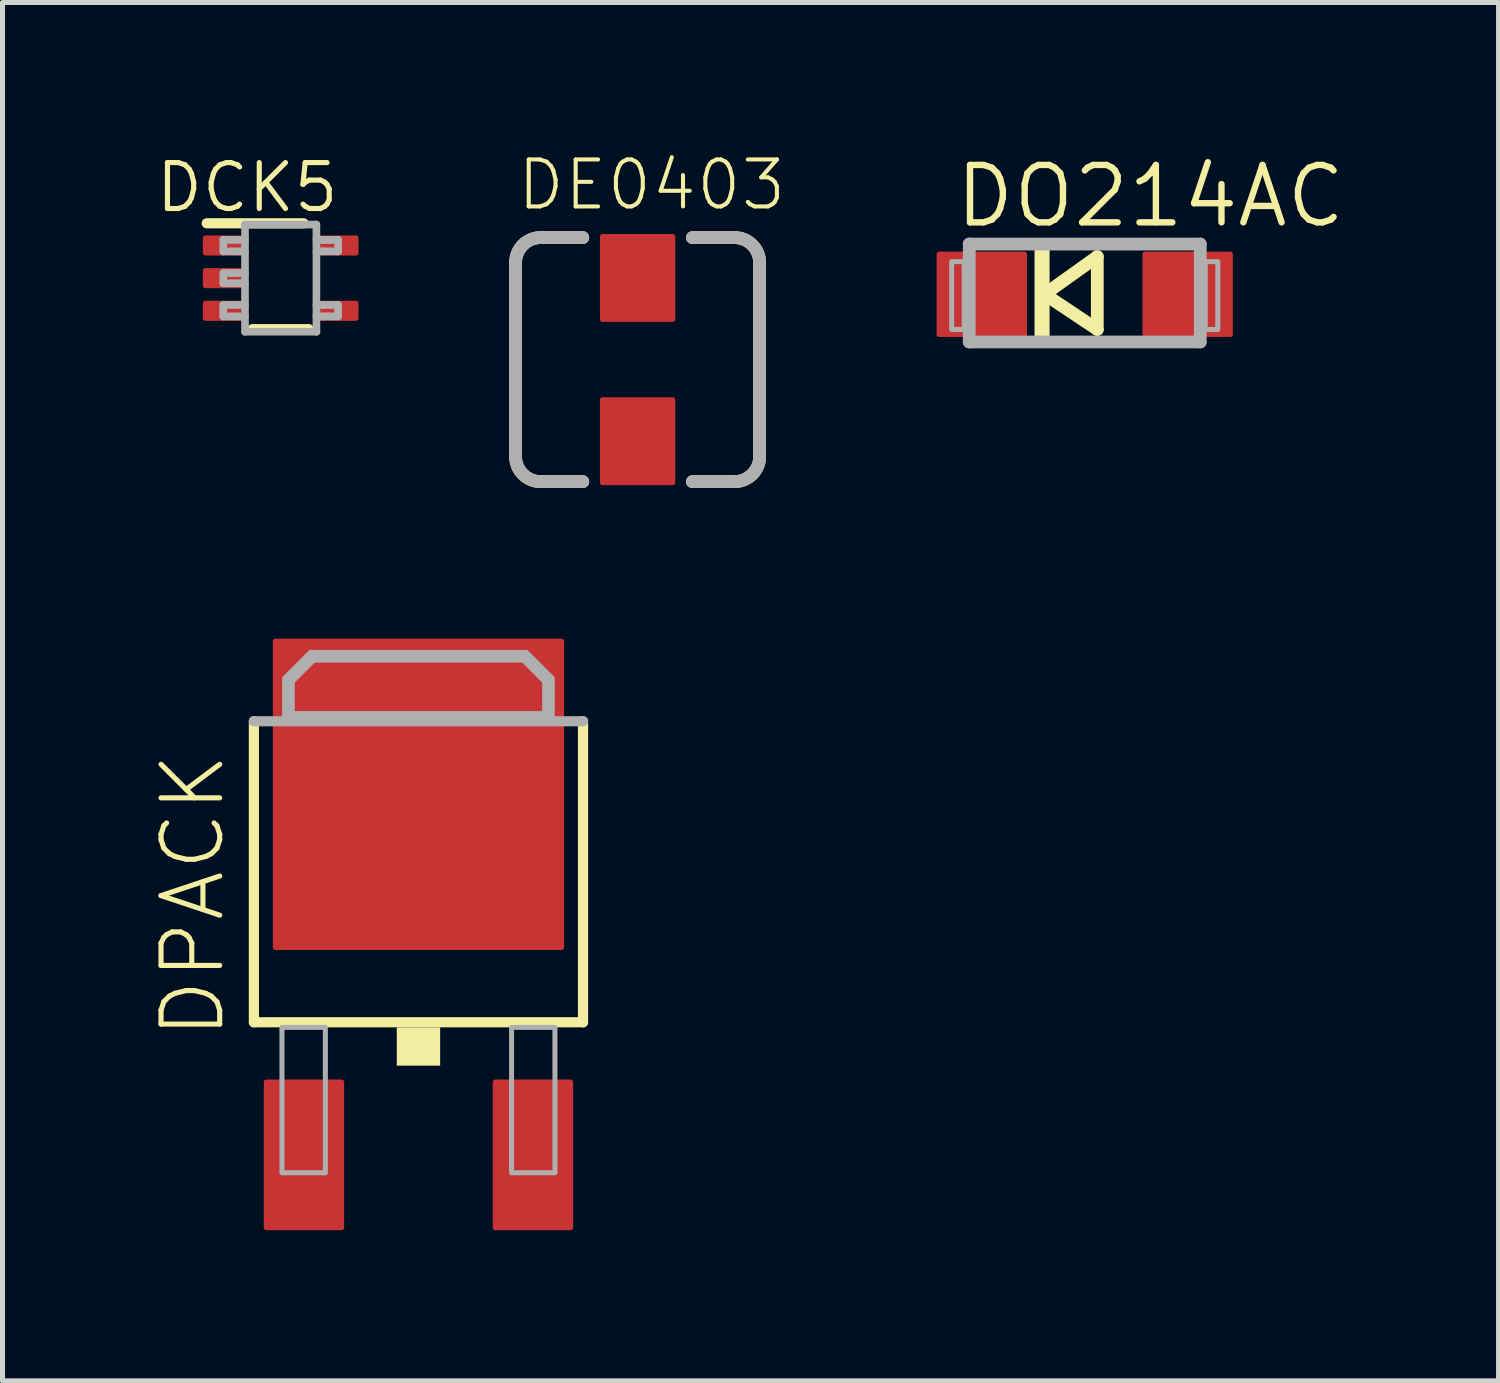
<source format=kicad_pcb>
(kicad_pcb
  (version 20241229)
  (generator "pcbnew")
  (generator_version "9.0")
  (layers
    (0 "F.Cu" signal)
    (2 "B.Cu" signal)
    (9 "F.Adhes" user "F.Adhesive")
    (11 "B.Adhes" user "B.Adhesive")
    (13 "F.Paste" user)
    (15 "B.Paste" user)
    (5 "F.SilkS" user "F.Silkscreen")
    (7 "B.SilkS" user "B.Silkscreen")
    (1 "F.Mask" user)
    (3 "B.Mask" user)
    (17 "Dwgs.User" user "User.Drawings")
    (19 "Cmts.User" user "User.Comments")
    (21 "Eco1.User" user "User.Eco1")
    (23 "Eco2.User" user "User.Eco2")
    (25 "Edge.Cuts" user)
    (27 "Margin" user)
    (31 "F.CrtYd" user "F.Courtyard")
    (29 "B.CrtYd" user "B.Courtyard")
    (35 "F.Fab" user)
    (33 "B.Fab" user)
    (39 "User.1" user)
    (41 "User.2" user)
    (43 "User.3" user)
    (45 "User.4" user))
  (footprint "DPACK"
    (layer "F.Cu")
    (at 5.283 15.148)
    (property "Reference" "DPACK" (at -3.81 2.54 90) (layer "F.SilkS") (effects (font (size 1.168 1.168) (thickness 0.102)) (justify left bottom)))
    (fp_line (start -3.277 2.159) (end -3.277 -3.835) (stroke (width 0.203) (type solid)) (layer "F.SilkS"))
    (fp_line (start 3.277 -3.835) (end 3.277 2.159) (stroke (width 0.203) (type solid)) (layer "F.SilkS"))
    (fp_line (start 3.277 2.159) (end -3.277 2.159) (stroke (width 0.203) (type solid)) (layer "F.SilkS"))
    (fp_poly (pts (xy -0.432 3.023) (xy 0.432 3.023) (xy 0.432 2.261) (xy -0.432 2.261)) (stroke (width 0) (type default)) (fill yes) (layer "F.SilkS"))
    (fp_line (start -3.277 -3.835) (end 3.277 -3.835) (stroke (width 0.203) (type solid)) (layer "F.Fab"))
    (fp_line (start -2.565 -4.648) (end -2.108 -5.105) (stroke (width 0.203) (type solid)) (layer "F.Fab"))
    (fp_line (start -2.565 -3.937) (end -2.565 -4.648) (stroke (width 0.203) (type solid)) (layer "F.Fab"))
    (fp_line (start -2.108 -5.105) (end 2.108 -5.105) (stroke (width 0.203) (type solid)) (layer "F.Fab"))
    (fp_line (start 2.108 -5.105) (end 2.565 -4.648) (stroke (width 0.203) (type solid)) (layer "F.Fab"))
    (fp_line (start 2.565 -4.648) (end 2.565 -3.937) (stroke (width 0.203) (type solid)) (layer "F.Fab"))
    (fp_line (start 2.565 -3.937) (end -2.565 -3.937) (stroke (width 0.203) (type solid)) (layer "F.Fab"))
    (fp_poly (pts (xy -2.718 5.156) (xy -1.854 5.156) (xy -1.854 2.261) (xy -2.718 2.261)) (stroke (width 0.1) (type default)) (fill no) (layer "F.Fab"))
    (fp_poly (pts (xy 1.854 5.156) (xy 2.718 5.156) (xy 2.718 2.261) (xy 1.854 2.261)) (stroke (width 0.1) (type default)) (fill no) (layer "F.Fab"))
    (fp_poly (pts (xy 2.665 -4.69) (xy 2.665 -3.837) (xy -2.665 -3.837) (xy -2.665 -4.69) (xy -2.15 -5.205) (xy 2.15 -5.205)) (stroke (width 0.1) (type default)) (fill no) (layer "F.Fab"))
    (pad "1" smd roundrect (at -2.28 4.8) (size 1.6 3) (layers "F.Cu" "F.Mask" "F.Paste") (roundrect_rratio 0.032))
    (pad "3" smd roundrect (at 2.28 4.8) (size 1.6 3) (layers "F.Cu" "F.Mask" "F.Paste") (roundrect_rratio 0.032))
    (pad "4" smd roundrect (at 0 -2.38) (size 5.8 6.2) (layers "F.Cu" "F.Mask" "F.Paste") (roundrect_rratio 0.009)))
  (footprint "DO214AC"
    (layer "F.Cu")
    (at 18.551 2.81)
    (property "Reference" "DO214AC" (at -2.64 -1.286 0) (layer "F.SilkS") (effects (font (size 1.143 1.143) (thickness 0.127)) (justify left bottom)))
    (fp_line (start -0.8 0) (end 0.25 -0.75) (stroke (width 0.254) (type solid)) (layer "F.SilkS"))
    (fp_line (start 0.25 -0.75) (end 0.25 0.7) (stroke (width 0.254) (type solid)) (layer "F.SilkS"))
    (fp_line (start 0.25 0.7) (end -0.8 0) (stroke (width 0.254) (type solid)) (layer "F.SilkS"))
    (fp_poly (pts (xy -1 1.05) (xy -0.7 1.05) (xy -0.7 -1.05) (xy -1 -1.05)) (stroke (width 0) (type default)) (fill yes) (layer "F.SilkS"))
    (fp_line (start -2.3 -1) (end 2.3 -1) (stroke (width 0.254) (type solid)) (layer "F.Fab"))
    (fp_line (start -2.3 0.95) (end -2.3 -1) (stroke (width 0.254) (type solid)) (layer "F.Fab"))
    (fp_line (start 2.3 -1) (end 2.3 0.95) (stroke (width 0.254) (type solid)) (layer "F.Fab"))
    (fp_line (start 2.3 0.95) (end -2.3 0.95) (stroke (width 0.254) (type solid)) (layer "F.Fab"))
    (fp_poly (pts (xy -2.65 0.7) (xy -2.4 0.7) (xy -2.4 -0.65) (xy -2.65 -0.65)) (stroke (width 0.1) (type default)) (fill no) (layer "F.Fab"))
    (fp_poly (pts (xy 2.4 0.7) (xy 2.65 0.7) (xy 2.65 -0.65) (xy 2.4 -0.65)) (stroke (width 0.1) (type default)) (fill no) (layer "F.Fab"))
    (pad "A" smd roundrect (at 2.05 0) (size 1.8 1.7) (layers "F.Cu" "F.Mask" "F.Paste") (roundrect_rratio 0.03))
    (pad "C" smd roundrect (at -2.05 0) (size 1.8 1.7) (layers "F.Cu" "F.Mask" "F.Paste") (roundrect_rratio 0.03)))
  (footprint "DE0403"
    (layer "F.Cu")
    (at 9.647 4.111)
    (property "Reference" "DE0403" (at -2.444 -2.932 0) (layer "F.SilkS") (effects (font (size 0.935 0.935) (thickness 0.081)) (justify left bottom)))
    (fp_line (start -2.43 1.93) (end -2.43 -1.93) (stroke (width 0.254) (type solid)) (layer "F.SilkS"))
    (fp_line (start -1.092 -2.43) (end -1.93 -2.43) (stroke (width 0.254) (type solid)) (layer "F.SilkS"))
    (fp_line (start -1.092 2.43) (end -1.93 2.43) (stroke (width 0.254) (type solid)) (layer "F.SilkS"))
    (fp_line (start 1.092 -2.43) (end 1.93 -2.43) (stroke (width 0.254) (type solid)) (layer "F.SilkS"))
    (fp_line (start 1.092 2.43) (end 1.93 2.43) (stroke (width 0.254) (type solid)) (layer "F.SilkS"))
    (fp_line (start 2.43 -1.93) (end 2.43 1.93) (stroke (width 0.254) (type solid)) (layer "F.SilkS"))
    (fp_arc (start -2.43 -1.93) (mid -2.283553 -2.283553) (end -1.93 -2.43) (stroke (width 0.254) (type solid)) (layer "F.SilkS"))
    (fp_arc (start -1.93 2.43) (mid -2.283553 2.283553) (end -2.43 1.93) (stroke (width 0.254) (type solid)) (layer "F.SilkS"))
    (fp_arc (start 1.93 -2.43) (mid 2.283553 -2.283553) (end 2.43 -1.93) (stroke (width 0.254) (type solid)) (layer "F.SilkS"))
    (fp_arc (start 2.43 1.93) (mid 2.283553 2.283553) (end 1.93 2.43) (stroke (width 0.254) (type solid)) (layer "F.SilkS"))
    (fp_line (start -2.43 1.93) (end -2.43 -1.93) (stroke (width 0.254) (type solid)) (layer "F.Fab"))
    (fp_line (start -1.092 -2.43) (end -1.93 -2.43) (stroke (width 0.254) (type solid)) (layer "F.Fab"))
    (fp_line (start -1.092 2.43) (end -1.93 2.43) (stroke (width 0.254) (type solid)) (layer "F.Fab"))
    (fp_line (start 1.092 -2.43) (end 1.93 -2.43) (stroke (width 0.254) (type solid)) (layer "F.Fab"))
    (fp_line (start 1.092 2.43) (end 1.93 2.43) (stroke (width 0.254) (type solid)) (layer "F.Fab"))
    (fp_line (start 2.43 -1.93) (end 2.43 1.93) (stroke (width 0.254) (type solid)) (layer "F.Fab"))
    (fp_arc (start -2.43 -1.93) (mid -2.283553 -2.283553) (end -1.93 -2.43) (stroke (width 0.254) (type solid)) (layer "F.Fab"))
    (fp_arc (start -1.93 2.43) (mid -2.283553 2.283553) (end -2.43 1.93) (stroke (width 0.254) (type solid)) (layer "F.Fab"))
    (fp_arc (start 1.93 -2.43) (mid 2.283553 -2.283553) (end 2.43 -1.93) (stroke (width 0.254) (type solid)) (layer "F.Fab"))
    (fp_arc (start 2.43 1.93) (mid 2.283553 2.283553) (end 1.93 2.43) (stroke (width 0.254) (type solid)) (layer "F.Fab"))
    (pad "1" smd roundrect (at 0 -1.626) (size 1.5 1.75) (layers "F.Cu" "F.Mask" "F.Paste") (roundrect_rratio 0.034))
    (pad "2" smd roundrect (at 0 1.625) (size 1.5 1.75) (layers "F.Cu" "F.Mask" "F.Paste") (roundrect_rratio 0.034)))
  (footprint "DCK5"
    (layer "F.Cu")
    (at 2.54 2.489)
    (property "Reference" "DCK5" (at -2.54 -1.27 0) (layer "F.SilkS") (effects (font (size 0.914 0.914) (thickness 0.102)) (justify left bottom)))
    (fp_line (start -1.473 -1.092) (end 0.457 -1.092) (stroke (width 0.203) (type solid)) (layer "F.SilkS"))
    (fp_line (start -0.559 1.016) (end 0.559 1.016) (stroke (width 0.203) (type solid)) (layer "F.SilkS"))
    (fp_line (start -1.143 -0.762) (end -0.965 -0.762) (stroke (width 0.152) (type solid)) (layer "F.Fab"))
    (fp_line (start -1.143 -0.533) (end -1.143 -0.762) (stroke (width 0.152) (type solid)) (layer "F.Fab"))
    (fp_line (start -1.143 -0.533) (end -0.965 -0.533) (stroke (width 0.152) (type solid)) (layer "F.Fab"))
    (fp_line (start -1.143 -0.102) (end -0.965 -0.102) (stroke (width 0.152) (type solid)) (layer "F.Fab"))
    (fp_line (start -1.143 0.102) (end -1.143 -0.102) (stroke (width 0.152) (type solid)) (layer "F.Fab"))
    (fp_line (start -1.143 0.102) (end -0.965 0.102) (stroke (width 0.152) (type solid)) (layer "F.Fab"))
    (fp_line (start -1.143 0.533) (end -0.965 0.533) (stroke (width 0.152) (type solid)) (layer "F.Fab"))
    (fp_line (start -1.143 0.762) (end -1.143 0.533) (stroke (width 0.152) (type solid)) (layer "F.Fab"))
    (fp_line (start -1.143 0.762) (end -0.965 0.762) (stroke (width 0.152) (type solid)) (layer "F.Fab"))
    (fp_line (start -0.965 -0.762) (end -0.711 -0.762) (stroke (width 0.152) (type solid)) (layer "F.Fab"))
    (fp_line (start -0.965 -0.533) (end -0.864 -0.533) (stroke (width 0.152) (type solid)) (layer "F.Fab"))
    (fp_line (start -0.965 -0.102) (end -0.864 -0.102) (stroke (width 0.152) (type solid)) (layer "F.Fab"))
    (fp_line (start -0.965 0.102) (end -0.864 0.102) (stroke (width 0.152) (type solid)) (layer "F.Fab"))
    (fp_line (start -0.965 0.533) (end -0.864 0.533) (stroke (width 0.152) (type solid)) (layer "F.Fab"))
    (fp_line (start -0.965 0.762) (end -0.864 0.762) (stroke (width 0.152) (type solid)) (layer "F.Fab"))
    (fp_line (start -0.864 -0.533) (end -0.711 -0.533) (stroke (width 0.152) (type solid)) (layer "F.Fab"))
    (fp_line (start -0.864 -0.102) (end -0.711 -0.102) (stroke (width 0.152) (type solid)) (layer "F.Fab"))
    (fp_line (start -0.864 0.102) (end -0.711 0.102) (stroke (width 0.152) (type solid)) (layer "F.Fab"))
    (fp_line (start -0.864 0.533) (end -0.711 0.533) (stroke (width 0.152) (type solid)) (layer "F.Fab"))
    (fp_line (start -0.864 0.762) (end -0.711 0.762) (stroke (width 0.152) (type solid)) (layer "F.Fab"))
    (fp_line (start -0.711 -1.067) (end 0.711 -1.067) (stroke (width 0.152) (type solid)) (layer "F.Fab"))
    (fp_line (start -0.711 1.067) (end -0.711 -1.067) (stroke (width 0.152) (type solid)) (layer "F.Fab"))
    (fp_line (start -0.711 1.067) (end 0.711 1.067) (stroke (width 0.152) (type solid)) (layer "F.Fab"))
    (fp_line (start 0.711 -0.762) (end 0.838 -0.762) (stroke (width 0.152) (type solid)) (layer "F.Fab"))
    (fp_line (start 0.711 -0.533) (end 0.838 -0.533) (stroke (width 0.152) (type solid)) (layer "F.Fab"))
    (fp_line (start 0.711 0.533) (end 0.838 0.533) (stroke (width 0.152) (type solid)) (layer "F.Fab"))
    (fp_line (start 0.711 0.762) (end 0.838 0.762) (stroke (width 0.152) (type solid)) (layer "F.Fab"))
    (fp_line (start 0.711 1.067) (end 0.711 -1.067) (stroke (width 0.152) (type solid)) (layer "F.Fab"))
    (fp_line (start 0.838 -0.762) (end 0.864 -0.762) (stroke (width 0.152) (type solid)) (layer "F.Fab"))
    (fp_line (start 0.838 -0.533) (end 0.864 -0.533) (stroke (width 0.152) (type solid)) (layer "F.Fab"))
    (fp_line (start 0.838 0.533) (end 0.864 0.533) (stroke (width 0.152) (type solid)) (layer "F.Fab"))
    (fp_line (start 0.838 0.762) (end 0.864 0.762) (stroke (width 0.152) (type solid)) (layer "F.Fab"))
    (fp_line (start 0.864 -0.762) (end 0.965 -0.762) (stroke (width 0.152) (type solid)) (layer "F.Fab"))
    (fp_line (start 0.864 -0.533) (end 0.965 -0.533) (stroke (width 0.152) (type solid)) (layer "F.Fab"))
    (fp_line (start 0.864 0.533) (end 0.965 0.533) (stroke (width 0.152) (type solid)) (layer "F.Fab"))
    (fp_line (start 0.864 0.762) (end 0.965 0.762) (stroke (width 0.152) (type solid)) (layer "F.Fab"))
    (fp_line (start 0.965 -0.762) (end 1.143 -0.762) (stroke (width 0.152) (type solid)) (layer "F.Fab"))
    (fp_line (start 0.965 -0.533) (end 1.143 -0.533) (stroke (width 0.152) (type solid)) (layer "F.Fab"))
    (fp_line (start 0.965 0.533) (end 1.143 0.533) (stroke (width 0.152) (type solid)) (layer "F.Fab"))
    (fp_line (start 0.965 0.762) (end 1.143 0.762) (stroke (width 0.152) (type solid)) (layer "F.Fab"))
    (fp_line (start 1.143 -0.533) (end 1.143 -0.762) (stroke (width 0.152) (type solid)) (layer "F.Fab"))
    (fp_line (start 1.143 0.762) (end 1.143 0.533) (stroke (width 0.152) (type solid)) (layer "F.Fab"))
    (pad "1" smd roundrect (at -1.125 -0.65 90) (size 0.4 0.85) (layers "F.Cu" "F.Mask" "F.Paste") (roundrect_rratio 0.127))
    (pad "2" smd roundrect (at -1.125 0 90) (size 0.4 0.85) (layers "F.Cu" "F.Mask" "F.Paste") (roundrect_rratio 0.127))
    (pad "3" smd roundrect (at -1.125 0.65 90) (size 0.4 0.85) (layers "F.Cu" "F.Mask" "F.Paste") (roundrect_rratio 0.127))
    (pad "4" smd roundrect (at 1.125 0.65 90) (size 0.4 0.85) (layers "F.Cu" "F.Mask" "F.Paste") (roundrect_rratio 0.127))
    (pad "5" smd roundrect (at 1.125 -0.65 90) (size 0.4 0.85) (layers "F.Cu" "F.Mask" "F.Paste") (roundrect_rratio 0.127)))
  (gr_rect
    (start -3 -3)
    (end 26.792 24.448)
    (stroke (width 0.1) (type default))
    (fill no)
    (layer "Edge.Cuts")))
</source>
